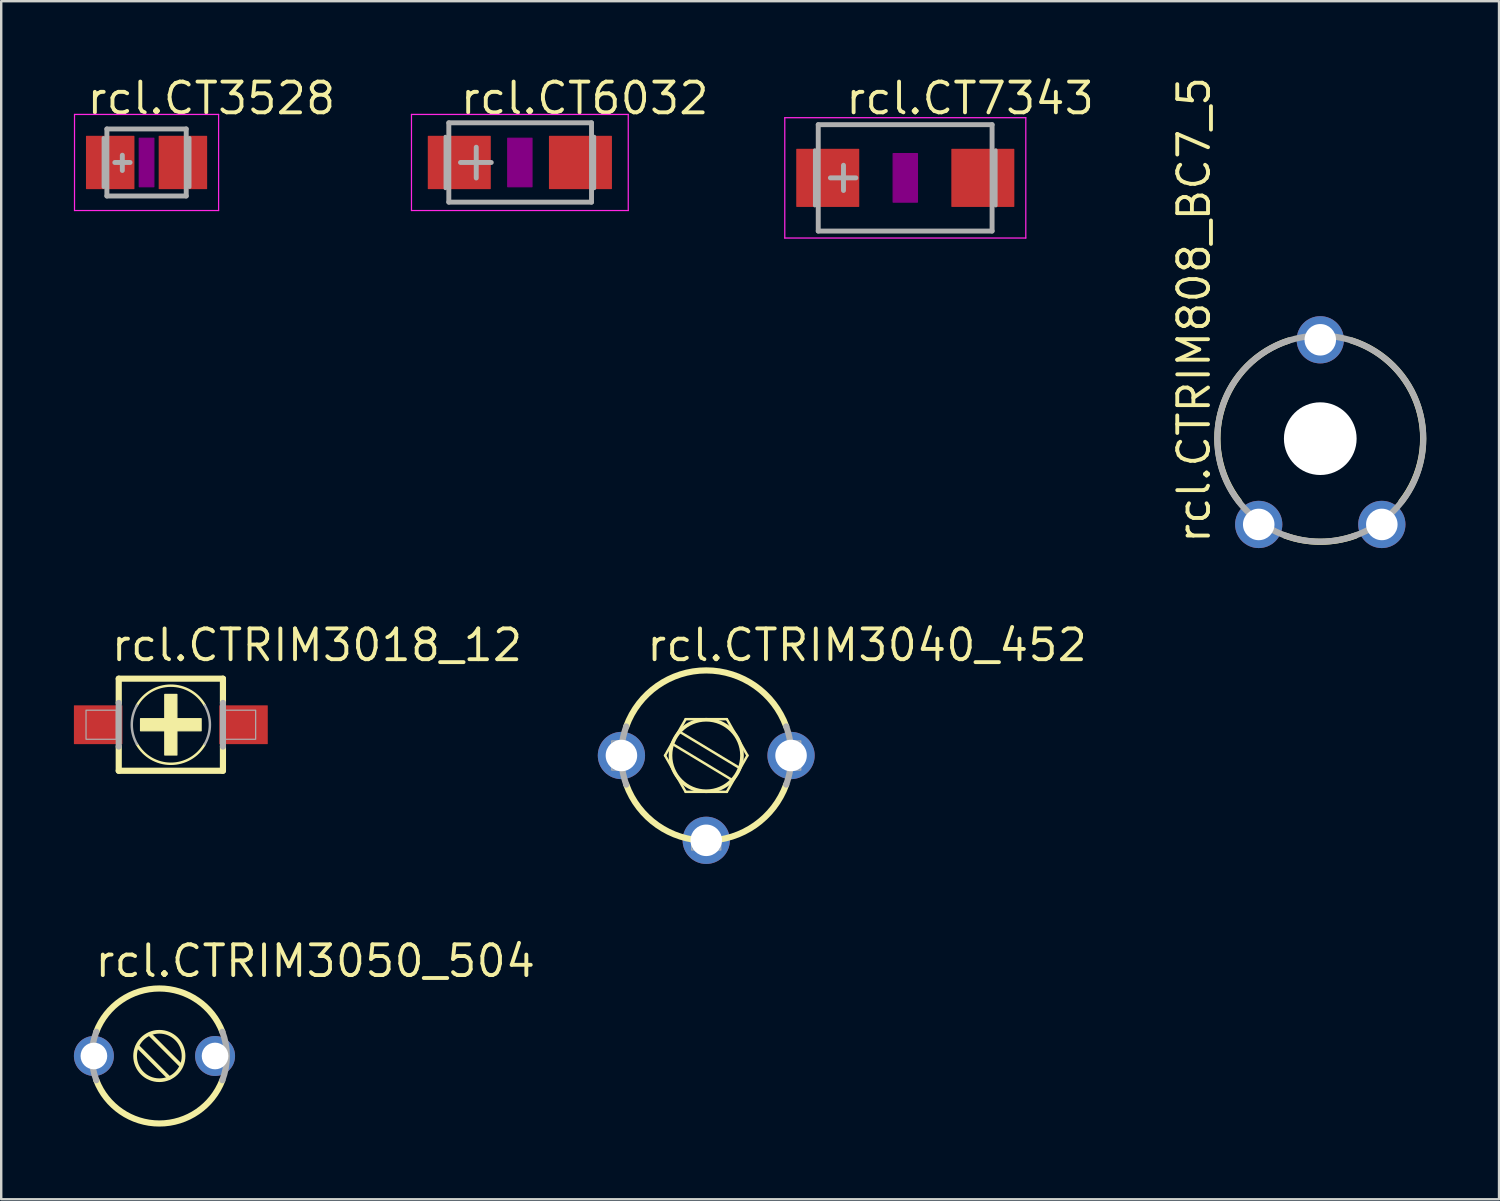
<source format=kicad_pcb>
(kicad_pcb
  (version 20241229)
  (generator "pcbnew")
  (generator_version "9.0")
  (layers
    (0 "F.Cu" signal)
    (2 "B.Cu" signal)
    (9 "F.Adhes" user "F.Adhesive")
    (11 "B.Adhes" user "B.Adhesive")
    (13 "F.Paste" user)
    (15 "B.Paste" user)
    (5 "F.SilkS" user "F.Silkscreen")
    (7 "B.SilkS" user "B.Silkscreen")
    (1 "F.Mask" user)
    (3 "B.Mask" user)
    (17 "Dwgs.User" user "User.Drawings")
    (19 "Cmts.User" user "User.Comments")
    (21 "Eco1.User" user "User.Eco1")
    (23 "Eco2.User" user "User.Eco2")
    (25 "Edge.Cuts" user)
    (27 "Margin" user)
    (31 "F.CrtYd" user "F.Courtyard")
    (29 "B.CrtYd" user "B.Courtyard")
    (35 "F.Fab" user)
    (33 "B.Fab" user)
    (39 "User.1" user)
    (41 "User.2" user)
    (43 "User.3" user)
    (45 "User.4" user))
  (footprint "rcl.CT6032"
    (layer "F.Cu")
    (at 18.403 3.655)
    (property "Reference" "rcl.CT6032" (at -2.54 -1.905 0) (layer "F.SilkS") (effects (font (size 1.27 1.27) (thickness 0.16)) (justify left bottom)))
    (attr smd)
    (fp_rect (start -0.5 1) (end 0.5 -1) (stroke (width 0.05) (type default)) (fill yes) (layer "F.Adhes"))
    (fp_line (start -4.473 -1.983) (end 4.473 -1.983) (stroke (width 0.051) (type default)) (layer "F.CrtYd"))
    (fp_line (start -4.473 1.983) (end -4.473 -1.983) (stroke (width 0.051) (type default)) (layer "F.CrtYd"))
    (fp_line (start 4.473 -1.983) (end 4.473 1.983) (stroke (width 0.051) (type default)) (layer "F.CrtYd"))
    (fp_line (start 4.473 1.983) (end -4.473 1.983) (stroke (width 0.051) (type default)) (layer "F.CrtYd"))
    (fp_line (start -3.073 -1.067) (end -3.073 1.067) (stroke (width 0.152) (type default)) (layer "F.Fab"))
    (fp_line (start -2.932 1.637) (end -2.932 -1.637) (stroke (width 0.203) (type default)) (layer "F.Fab"))
    (fp_line (start -1.8 -0.63) (end -1.8 0.64) (stroke (width 0.203) (type default)) (layer "F.Fab"))
    (fp_line (start -1.18 0) (end -2.45 0) (stroke (width 0.203) (type default)) (layer "F.Fab"))
    (fp_line (start 2.957 -1.637) (end -2.932 -1.637) (stroke (width 0.203) (type default)) (layer "F.Fab"))
    (fp_line (start 2.957 1.637) (end -2.932 1.637) (stroke (width 0.203) (type default)) (layer "F.Fab"))
    (fp_line (start 2.957 1.637) (end 2.957 -1.637) (stroke (width 0.203) (type default)) (layer "F.Fab"))
    (fp_line (start 3.073 -1.067) (end 3.073 1.067) (stroke (width 0.152) (type default)) (layer "F.Fab"))
    (pad "+" smd roundrect (at -2.5 0) (size 2.6 2.2) (layers "F.Cu" "F.Mask" "F.Paste") (roundrect_rratio 0.01))
    (pad "-" smd roundrect (at 2.5 0) (size 2.6 2.2) (layers "F.Cu" "F.Mask" "F.Paste") (roundrect_rratio 0.01)))
  (footprint "rcl.CTRIM3040_452"
    (layer "F.Cu")
    (at 26.094 28.127)
    (property "Reference" "rcl.CTRIM3040_452" (at -2.54 -3.81 0) (layer "F.SilkS") (effects (font (size 1.27 1.27) (thickness 0.16)) (justify left bottom)))
    (attr through_hole)
    (fp_line (start -1.7 0) (end -0.85 1.5) (stroke (width 0.102) (type default)) (layer "F.SilkS"))
    (fp_line (start -1.35 -0.45) (end 1.05 1) (stroke (width 0.102) (type default)) (layer "F.SilkS"))
    (fp_line (start -1.05 -0.95) (end 1.35 0.5) (stroke (width 0.102) (type default)) (layer "F.SilkS"))
    (fp_line (start -0.85 -1.5) (end -1.7 0) (stroke (width 0.102) (type default)) (layer "F.SilkS"))
    (fp_line (start -0.85 -1.5) (end 0.85 -1.5) (stroke (width 0.102) (type default)) (layer "F.SilkS"))
    (fp_line (start -0.85 1.5) (end 0.85 1.5) (stroke (width 0.102) (type default)) (layer "F.SilkS"))
    (fp_line (start 0.85 1.5) (end 1.7 0) (stroke (width 0.102) (type default)) (layer "F.SilkS"))
    (fp_line (start 1.7 0) (end 0.85 -1.5) (stroke (width 0.102) (type default)) (layer "F.SilkS"))
    (fp_arc (start -3.3 -1.2) (mid 0 -3.51141) (end 3.3 -1.2) (stroke (width 0.254) (type default)) (layer "F.SilkS"))
    (fp_arc (start 3.3 1.2) (mid 0 3.51141) (end -3.3 1.2) (stroke (width 0.254) (type default)) (layer "F.SilkS"))
    (fp_circle (center 0 0) (end 1.451 0) (stroke (width 0.102) (type default)) (fill no) (layer "F.SilkS"))
    (fp_circle (center 0 0) (end 1.5 0) (stroke (width 0.102) (type default)) (fill no) (layer "F.SilkS"))
    (fp_rect (start -3.9 0.6) (end -3.5 -0.6) (stroke (width 0.05) (type default)) (fill no) (layer "F.Fab"))
    (fp_rect (start -0.6 3.9) (end 0.6 3.5) (stroke (width 0.05) (type default)) (fill no) (layer "F.Fab"))
    (fp_rect (start 3.5 0.6) (end 3.9 -0.6) (stroke (width 0.05) (type default)) (fill no) (layer "F.Fab"))
    (fp_arc (start -3.3 1.2) (mid -3.51141 0) (end -3.3 -1.2) (stroke (width 0.254) (type default)) (layer "F.Fab"))
    (fp_arc (start 3.3 -1.2) (mid 3.51141 0) (end 3.3 1.2) (stroke (width 0.254) (type default)) (layer "F.Fab"))
    (pad "1A" thru_hole circle (at -3.5 0) (size 1.95 1.95) (drill 1.3) (layers "*.Cu" "*.Mask"))
    (pad "1B" thru_hole circle (at 3.5 0) (size 1.95 1.95) (drill 1.3) (layers "*.Cu" "*.Mask"))
    (pad "2" thru_hole circle (at 0 3.5) (size 1.95 1.95) (drill 1.3) (layers "*.Cu" "*.Mask")))
  (footprint "rcl.CT7343"
    (layer "F.Cu")
    (at 34.308 4.29)
    (property "Reference" "rcl.CT7343" (at -2.54 -2.54 0) (layer "F.SilkS") (effects (font (size 1.27 1.27) (thickness 0.16)) (justify left bottom)))
    (attr smd)
    (fp_rect (start -0.5 1) (end 0.5 -1) (stroke (width 0.05) (type default)) (fill yes) (layer "F.Adhes"))
    (fp_line (start -4.973 -2.483) (end 4.973 -2.483) (stroke (width 0.051) (type default)) (layer "F.CrtYd"))
    (fp_line (start -4.973 2.483) (end -4.973 -2.483) (stroke (width 0.051) (type default)) (layer "F.CrtYd"))
    (fp_line (start 4.973 -2.483) (end 4.973 2.483) (stroke (width 0.051) (type default)) (layer "F.CrtYd"))
    (fp_line (start 4.973 2.483) (end -4.973 2.483) (stroke (width 0.051) (type default)) (layer "F.CrtYd"))
    (fp_line (start -3.734 -1.143) (end -3.734 1.143) (stroke (width 0.152) (type default)) (layer "F.Fab"))
    (fp_line (start -3.592 2.195) (end -3.592 -2.195) (stroke (width 0.203) (type default)) (layer "F.Fab"))
    (fp_line (start -2.55 -0.52) (end -2.55 0.52) (stroke (width 0.203) (type default)) (layer "F.Fab"))
    (fp_line (start -2.04 0) (end -3.09 0) (stroke (width 0.203) (type default)) (layer "F.Fab"))
    (fp_line (start 3.582 -2.195) (end -3.592 -2.195) (stroke (width 0.203) (type default)) (layer "F.Fab"))
    (fp_line (start 3.582 2.195) (end -3.592 2.195) (stroke (width 0.203) (type default)) (layer "F.Fab"))
    (fp_line (start 3.582 2.195) (end 3.582 -2.195) (stroke (width 0.203) (type default)) (layer "F.Fab"))
    (fp_line (start 3.734 -1.143) (end 3.734 1.143) (stroke (width 0.152) (type default)) (layer "F.Fab"))
    (pad "+" smd roundrect (at -3.2 0) (size 2.6 2.4) (layers "F.Cu" "F.Mask" "F.Paste") (roundrect_rratio 0.01))
    (pad "-" smd roundrect (at 3.2 0) (size 2.6 2.4) (layers "F.Cu" "F.Mask" "F.Paste") (roundrect_rratio 0.01)))
  (footprint "rcl.CTRIM3018_12"
    (layer "F.Cu")
    (at 4 26.857)
    (property "Reference" "rcl.CTRIM3018_12" (at -2.54 -2.54 0) (layer "F.SilkS") (effects (font (size 1.27 1.27) (thickness 0.16)) (justify left bottom)))
    (attr smd)
    (fp_line (start -2.15 -1.9) (end 2.15 -1.9) (stroke (width 0.254) (type default)) (layer "F.SilkS"))
    (fp_line (start -2.15 -0.9) (end -2.15 -1.9) (stroke (width 0.254) (type default)) (layer "F.SilkS"))
    (fp_line (start -2.15 1.9) (end -2.15 0.9) (stroke (width 0.254) (type default)) (layer "F.SilkS"))
    (fp_line (start 2.15 -1.9) (end 2.15 -0.9) (stroke (width 0.254) (type default)) (layer "F.SilkS"))
    (fp_line (start 2.15 0.9) (end 2.15 1.9) (stroke (width 0.254) (type default)) (layer "F.SilkS"))
    (fp_line (start 2.15 1.9) (end -2.15 1.9) (stroke (width 0.254) (type default)) (layer "F.SilkS"))
    (fp_rect (start -1.25 0.25) (end 1.25 -0.25) (stroke (width 0.05) (type default)) (fill yes) (layer "F.SilkS"))
    (fp_rect (start -0.25 1.25) (end 0.25 -1.25) (stroke (width 0.05) (type default)) (fill yes) (layer "F.SilkS"))
    (fp_arc (start -1.4 -0.8) (mid 0 -1.612452) (end 1.4 -0.8) (stroke (width 0.1016) (type default)) (layer "F.SilkS"))
    (fp_arc (start 1.4 0.8) (mid 0 1.612452) (end -1.4 0.8) (stroke (width 0.1016) (type default)) (layer "F.SilkS"))
    (fp_line (start -2.15 0.9) (end -2.15 -0.9) (stroke (width 0.254) (type default)) (layer "F.Fab"))
    (fp_line (start 2.15 -0.9) (end 2.15 0.9) (stroke (width 0.254) (type default)) (layer "F.Fab"))
    (fp_rect (start -3.5 0.6) (end -2.25 -0.6) (stroke (width 0.05) (type default)) (fill no) (layer "F.Fab"))
    (fp_rect (start 2.25 0.6) (end 3.5 -0.6) (stroke (width 0.05) (type default)) (fill no) (layer "F.Fab"))
    (fp_arc (start -1.4 0.8) (mid -1.612452 0) (end -1.4 -0.8) (stroke (width 0.1016) (type default)) (layer "F.Fab"))
    (fp_arc (start 1.4 -0.8) (mid 1.612452 0) (end 1.4 0.8) (stroke (width 0.1016) (type default)) (layer "F.Fab"))
    (pad "+" smd roundrect (at -3 0) (size 2 1.6) (layers "F.Cu" "F.Mask" "F.Paste") (roundrect_rratio 0.01))
    (pad "-" smd roundrect (at 3 0) (size 2 1.6) (layers "F.Cu" "F.Mask" "F.Paste") (roundrect_rratio 0.01)))
  (footprint "rcl.CTRIM808_BC7_5"
    (layer "F.Cu")
    (at 51.433 16.052)
    (property "Reference" "rcl.CTRIM808_BC7_5" (at -4.468 3.406 90) (layer "F.SilkS") (effects (font (size 1.27 1.27) (thickness 0.16)) (justify left bottom)))
    (attr through_hole)
    (fp_rect (start -1.219 -0.695) (end 1.219 -1.305) (stroke (width 0.05) (type default)) (fill yes) (layer "F.SilkS"))
    (fp_arc (start -3.35 1.6) (mid -4.057247 -2.259001) (end -1.3 -5.05) (stroke (width 0.254) (type default)) (layer "F.SilkS"))
    (fp_arc (start 1.3 -5.05) (mid 4.057247 -2.259001) (end 3.35 1.6) (stroke (width 0.254) (type default)) (layer "F.SilkS"))
    (fp_arc (start 1.45 3) (mid 0 3.254703) (end -1.45 3) (stroke (width 0.254) (type default)) (layer "F.SilkS"))
    (fp_circle (center 0 -1) (end 1.271 -1) (stroke (width 0.152) (type default)) (fill no) (layer "F.SilkS"))
    (fp_circle (center 0 -1) (end 4.25 -1) (stroke (width 0.254) (type default)) (fill no) (layer "F.Fab"))
    (pad "" np_thru_hole circle (at 0 -1) (size 3 3) (drill 3) (layers "*.Cu" "*.Mask"))
    (pad "1" thru_hole circle (at -2.54 2.54) (size 1.95 1.95) (drill 1.3) (layers "*.Cu" "*.Mask"))
    (pad "2" thru_hole circle (at 0 -5.08) (size 1.95 1.95) (drill 1.3) (layers "*.Cu" "*.Mask"))
    (pad "3" thru_hole circle (at 2.54 2.54) (size 1.95 1.95) (drill 1.3) (layers "*.Cu" "*.Mask")))
  (footprint "rcl.CT3528"
    (layer "F.Cu")
    (at 2.998 3.655)
    (property "Reference" "rcl.CT3528" (at -2.54 -1.905 0) (layer "F.SilkS") (effects (font (size 1.27 1.27) (thickness 0.16)) (justify left bottom)))
    (attr smd)
    (fp_rect (start -0.3 1) (end 0.3 -1) (stroke (width 0.05) (type default)) (fill yes) (layer "F.Adhes"))
    (fp_line (start -2.973 -1.983) (end 2.973 -1.983) (stroke (width 0.051) (type default)) (layer "F.CrtYd"))
    (fp_line (start -2.973 1.983) (end -2.973 -1.983) (stroke (width 0.051) (type default)) (layer "F.CrtYd"))
    (fp_line (start 2.973 -1.983) (end 2.973 1.983) (stroke (width 0.051) (type default)) (layer "F.CrtYd"))
    (fp_line (start 2.973 1.983) (end -2.973 1.983) (stroke (width 0.051) (type default)) (layer "F.CrtYd"))
    (fp_line (start -1.778 -1.016) (end -1.778 1.016) (stroke (width 0.152) (type default)) (layer "F.Fab"))
    (fp_line (start -1.637 1.383) (end -1.637 -1.383) (stroke (width 0.203) (type default)) (layer "F.Fab"))
    (fp_line (start -1 -0.3) (end -1 0.33) (stroke (width 0.203) (type default)) (layer "F.Fab"))
    (fp_line (start -0.68 0) (end -1.31 0) (stroke (width 0.203) (type default)) (layer "F.Fab"))
    (fp_line (start 1.637 -1.383) (end -1.637 -1.383) (stroke (width 0.203) (type default)) (layer "F.Fab"))
    (fp_line (start 1.637 1.383) (end -1.637 1.383) (stroke (width 0.203) (type default)) (layer "F.Fab"))
    (fp_line (start 1.637 1.383) (end 1.637 -1.383) (stroke (width 0.203) (type default)) (layer "F.Fab"))
    (fp_line (start 1.778 -1.016) (end 1.778 1.016) (stroke (width 0.152) (type default)) (layer "F.Fab"))
    (pad "+" smd roundrect (at -1.5 0) (size 2 2.2) (layers "F.Cu" "F.Mask" "F.Paste") (roundrect_rratio 0.01))
    (pad "-" smd roundrect (at 1.5 0) (size 2 2.2) (layers "F.Cu" "F.Mask" "F.Paste") (roundrect_rratio 0.01)))
  (footprint "rcl.CTRIM3050_504"
    (layer "F.Cu")
    (at 3.325 40.527)
    (property "Reference" "rcl.CTRIM3050_504" (at -2.54 -3.175 0) (layer "F.SilkS") (effects (font (size 1.27 1.27) (thickness 0.16)) (justify left bottom)))
    (attr through_hole)
    (fp_line (start -0.7 -0.4) (end 0.6 0.9) (stroke (width 0.152) (type default)) (layer "F.SilkS"))
    (fp_line (start -0.2 -0.9) (end 1.1 0.4) (stroke (width 0.152) (type default)) (layer "F.SilkS"))
    (fp_arc (start -2.4 -1) (mid 0.2 -2.785678) (end 2.8 -1) (stroke (width 0.254) (type default)) (layer "F.SilkS"))
    (fp_arc (start 2.8 1) (mid 0.2 2.785678) (end -2.4 1) (stroke (width 0.254) (type default)) (layer "F.SilkS"))
    (fp_circle (center 0.2 0) (end 1.2 0) (stroke (width 0.152) (type default)) (fill no) (layer "F.SilkS"))
    (fp_arc (start -2.4 1) (mid -2.585678 0) (end -2.4 -1) (stroke (width 0.254) (type default)) (layer "F.Fab"))
    (fp_arc (start 2.8 -1) (mid 2.985678 0) (end 2.8 1) (stroke (width 0.254) (type default)) (layer "F.Fab"))
    (pad "1" thru_hole circle (at -2.5 0) (size 1.65 1.65) (drill 1.1) (layers "*.Cu" "*.Mask"))
    (pad "2" thru_hole circle (at 2.5 0) (size 1.65 1.65) (drill 1.1) (layers "*.Cu" "*.Mask")))
  (gr_rect
    (start -3 -3)
    (end 58.81 46.44)
    (stroke (width 0.1) (type default))
    (fill no)
    (layer "Edge.Cuts")))
</source>
